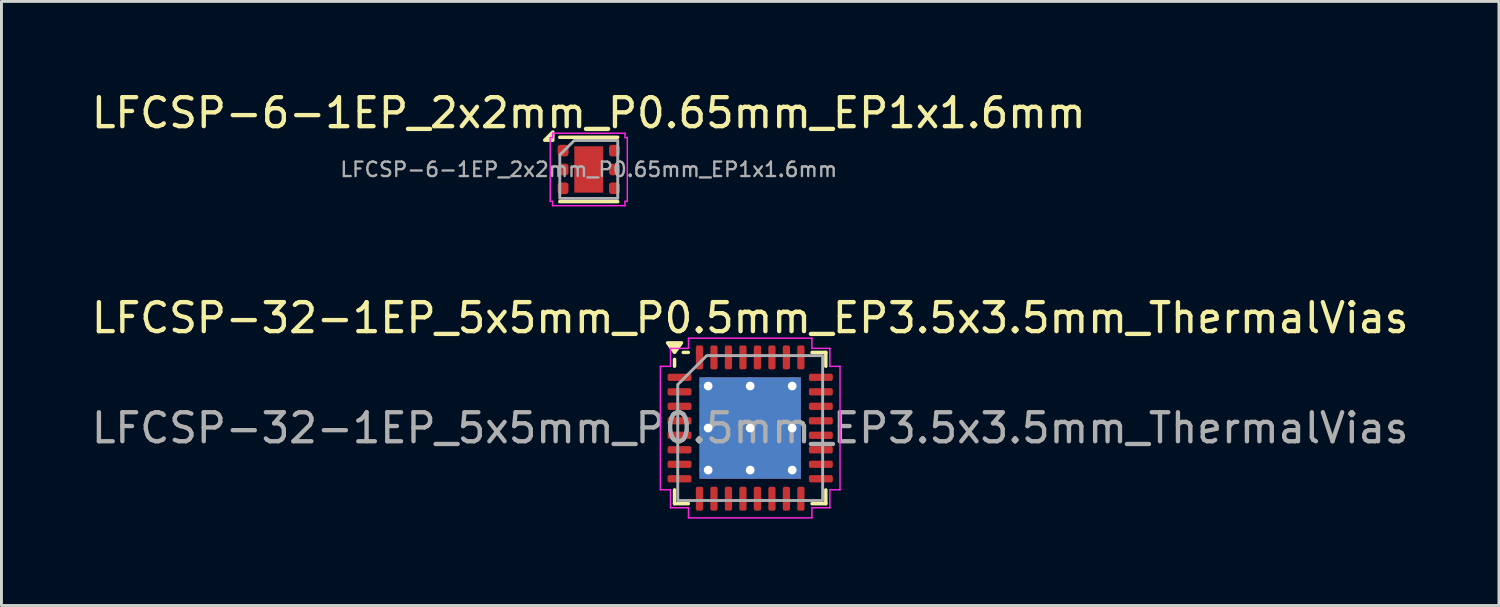
<source format=kicad_pcb>
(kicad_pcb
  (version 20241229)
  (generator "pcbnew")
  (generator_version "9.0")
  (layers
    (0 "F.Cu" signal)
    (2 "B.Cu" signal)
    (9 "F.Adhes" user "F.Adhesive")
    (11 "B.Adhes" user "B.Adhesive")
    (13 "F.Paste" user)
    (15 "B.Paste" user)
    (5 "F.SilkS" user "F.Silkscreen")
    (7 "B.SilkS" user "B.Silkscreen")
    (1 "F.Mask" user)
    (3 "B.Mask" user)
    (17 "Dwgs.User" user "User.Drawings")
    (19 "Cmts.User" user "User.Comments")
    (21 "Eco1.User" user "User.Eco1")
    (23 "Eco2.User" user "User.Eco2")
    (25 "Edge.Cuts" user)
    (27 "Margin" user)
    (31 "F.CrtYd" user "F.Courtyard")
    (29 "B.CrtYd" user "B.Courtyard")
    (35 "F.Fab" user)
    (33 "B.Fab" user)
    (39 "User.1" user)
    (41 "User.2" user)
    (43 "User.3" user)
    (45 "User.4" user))
  (footprint "LFCSP-6-1EP_2x2mm_P0.65mm_EP1x1.6mm"
    (layer "F.Cu")
    (at 17.268 2.798)
    (property "Reference" "LFCSP-6-1EP_2x2mm_P0.65mm_EP1x1.6mm" (at 0 -1.95 0) (layer "F.SilkS") (effects (font (size 1 1) (thickness 0.15))))
    (attr smd)
    (fp_line (start -1 -1.11) (end 1 -1.11) (stroke (width 0.12) (type solid)) (layer "F.SilkS"))
    (fp_line (start -1 1.11) (end 1 1.11) (stroke (width 0.12) (type solid)) (layer "F.SilkS"))
    (fp_poly (pts (xy -1.24 -1.01) (xy -1.52 -1.01) (xy -1.24 -1.29)) (stroke (width 0.12) (type solid)) (fill yes) (layer "F.SilkS"))
    (fp_line (start -1.33 -1.1) (end -1.25 -1.1) (stroke (width 0.05) (type solid)) (layer "F.CrtYd"))
    (fp_line (start -1.33 1.1) (end -1.33 -1.1) (stroke (width 0.05) (type solid)) (layer "F.CrtYd"))
    (fp_line (start -1.25 -1.25) (end 1.25 -1.25) (stroke (width 0.05) (type solid)) (layer "F.CrtYd"))
    (fp_line (start -1.25 -1.1) (end -1.25 -1.25) (stroke (width 0.05) (type solid)) (layer "F.CrtYd"))
    (fp_line (start -1.25 1.1) (end -1.33 1.1) (stroke (width 0.05) (type solid)) (layer "F.CrtYd"))
    (fp_line (start -1.25 1.25) (end -1.25 1.1) (stroke (width 0.05) (type solid)) (layer "F.CrtYd"))
    (fp_line (start 1.25 -1.25) (end 1.25 -1.1) (stroke (width 0.05) (type solid)) (layer "F.CrtYd"))
    (fp_line (start 1.25 -1.1) (end 1.33 -1.1) (stroke (width 0.05) (type solid)) (layer "F.CrtYd"))
    (fp_line (start 1.25 1.1) (end 1.25 1.25) (stroke (width 0.05) (type solid)) (layer "F.CrtYd"))
    (fp_line (start 1.25 1.25) (end -1.25 1.25) (stroke (width 0.05) (type solid)) (layer "F.CrtYd"))
    (fp_line (start 1.33 -1.1) (end 1.33 1.1) (stroke (width 0.05) (type solid)) (layer "F.CrtYd"))
    (fp_line (start 1.33 1.1) (end 1.25 1.1) (stroke (width 0.05) (type solid)) (layer "F.CrtYd"))
    (fp_poly (pts (xy -1 -0.5) (xy -1 1) (xy 1 1) (xy 1 -1) (xy -0.5 -1)) (stroke (width 0.1) (type solid)) (fill no) (layer "F.Fab"))
    (fp_text user "${REFERENCE}" (at 0 0 0) (layer "F.Fab") (effects (font (size 0.5 0.5) (thickness 0.08))))
    (pad "" smd roundrect (at -0.25 -0.4) (size 0.4 0.64) (layers "F.Paste") (roundrect_rratio 0.25))
    (pad "" smd roundrect (at -0.25 0.4) (size 0.4 0.64) (layers "F.Paste") (roundrect_rratio 0.25))
    (pad "" smd roundrect (at 0.25 -0.4) (size 0.4 0.64) (layers "F.Paste") (roundrect_rratio 0.25))
    (pad "" smd roundrect (at 0.25 0.4) (size 0.4 0.64) (layers "F.Paste") (roundrect_rratio 0.25))
    (pad "1" smd roundrect (at -0.887 -0.65) (size 0.375 0.4) (layers "F.Cu" "F.Mask" "F.Paste") (roundrect_rratio 0.25))
    (pad "2" smd roundrect (at -0.887 0) (size 0.375 0.4) (layers "F.Cu" "F.Mask" "F.Paste") (roundrect_rratio 0.25))
    (pad "3" smd roundrect (at -0.887 0.65) (size 0.375 0.4) (layers "F.Cu" "F.Mask" "F.Paste") (roundrect_rratio 0.25))
    (pad "4" smd roundrect (at 0.887 0.65) (size 0.375 0.4) (layers "F.Cu" "F.Mask" "F.Paste") (roundrect_rratio 0.25))
    (pad "5" smd roundrect (at 0.887 0) (size 0.375 0.4) (layers "F.Cu" "F.Mask" "F.Paste") (roundrect_rratio 0.25))
    (pad "6" smd roundrect (at 0.887 -0.65) (size 0.375 0.4) (layers "F.Cu" "F.Mask" "F.Paste") (roundrect_rratio 0.25))
    (pad "7" smd rect (at 0 0) (size 1 1.6) (property pad_prop_heatsink) (layers "F.Cu" "F.Mask")))
  (footprint "LFCSP-32-1EP_5x5mm_P0.5mm_EP3.5x3.5mm_ThermalVias"
    (layer "F.Cu")
    (at 22.839 11.722)
    (property "Reference" "LFCSP-32-1EP_5x5mm_P0.5mm_EP3.5x3.5mm_ThermalVias" (at 0 -3.8 0) (layer "F.SilkS") (effects (font (size 1 1) (thickness 0.15))))
    (attr smd)
    (fp_line (start -2.61 -2.135) (end -2.61 -2.37) (stroke (width 0.12) (type solid)) (layer "F.SilkS"))
    (fp_line (start -2.61 2.61) (end -2.61 2.135) (stroke (width 0.12) (type solid)) (layer "F.SilkS"))
    (fp_line (start -2.135 -2.61) (end -2.31 -2.61) (stroke (width 0.12) (type solid)) (layer "F.SilkS"))
    (fp_line (start -2.135 2.61) (end -2.61 2.61) (stroke (width 0.12) (type solid)) (layer "F.SilkS"))
    (fp_line (start 2.135 -2.61) (end 2.61 -2.61) (stroke (width 0.12) (type solid)) (layer "F.SilkS"))
    (fp_line (start 2.135 2.61) (end 2.61 2.61) (stroke (width 0.12) (type solid)) (layer "F.SilkS"))
    (fp_line (start 2.61 -2.61) (end 2.61 -2.135) (stroke (width 0.12) (type solid)) (layer "F.SilkS"))
    (fp_line (start 2.61 2.61) (end 2.61 2.135) (stroke (width 0.12) (type solid)) (layer "F.SilkS"))
    (fp_poly (pts (xy -2.61 -2.61) (xy -2.85 -2.94) (xy -2.37 -2.94)) (stroke (width 0.12) (type solid)) (fill yes) (layer "F.SilkS"))
    (fp_line (start -3.1 -2.13) (end -2.75 -2.13) (stroke (width 0.05) (type solid)) (layer "F.CrtYd"))
    (fp_line (start -3.1 2.13) (end -3.1 -2.13) (stroke (width 0.05) (type solid)) (layer "F.CrtYd"))
    (fp_line (start -2.75 -2.75) (end -2.13 -2.75) (stroke (width 0.05) (type solid)) (layer "F.CrtYd"))
    (fp_line (start -2.75 -2.13) (end -2.75 -2.75) (stroke (width 0.05) (type solid)) (layer "F.CrtYd"))
    (fp_line (start -2.75 2.13) (end -3.1 2.13) (stroke (width 0.05) (type solid)) (layer "F.CrtYd"))
    (fp_line (start -2.75 2.75) (end -2.75 2.13) (stroke (width 0.05) (type solid)) (layer "F.CrtYd"))
    (fp_line (start -2.13 -3.1) (end 2.13 -3.1) (stroke (width 0.05) (type solid)) (layer "F.CrtYd"))
    (fp_line (start -2.13 -2.75) (end -2.13 -3.1) (stroke (width 0.05) (type solid)) (layer "F.CrtYd"))
    (fp_line (start -2.13 2.75) (end -2.75 2.75) (stroke (width 0.05) (type solid)) (layer "F.CrtYd"))
    (fp_line (start -2.13 3.1) (end -2.13 2.75) (stroke (width 0.05) (type solid)) (layer "F.CrtYd"))
    (fp_line (start 2.13 -3.1) (end 2.13 -2.75) (stroke (width 0.05) (type solid)) (layer "F.CrtYd"))
    (fp_line (start 2.13 -2.75) (end 2.75 -2.75) (stroke (width 0.05) (type solid)) (layer "F.CrtYd"))
    (fp_line (start 2.13 2.75) (end 2.13 3.1) (stroke (width 0.05) (type solid)) (layer "F.CrtYd"))
    (fp_line (start 2.13 3.1) (end -2.13 3.1) (stroke (width 0.05) (type solid)) (layer "F.CrtYd"))
    (fp_line (start 2.75 -2.75) (end 2.75 -2.13) (stroke (width 0.05) (type solid)) (layer "F.CrtYd"))
    (fp_line (start 2.75 -2.13) (end 3.1 -2.13) (stroke (width 0.05) (type solid)) (layer "F.CrtYd"))
    (fp_line (start 2.75 2.13) (end 2.75 2.75) (stroke (width 0.05) (type solid)) (layer "F.CrtYd"))
    (fp_line (start 2.75 2.75) (end 2.13 2.75) (stroke (width 0.05) (type solid)) (layer "F.CrtYd"))
    (fp_line (start 3.1 -2.13) (end 3.1 2.13) (stroke (width 0.05) (type solid)) (layer "F.CrtYd"))
    (fp_line (start 3.1 2.13) (end 2.75 2.13) (stroke (width 0.05) (type solid)) (layer "F.CrtYd"))
    (fp_poly (pts (xy -2.5 -1.5) (xy -2.5 2.5) (xy 2.5 2.5) (xy 2.5 -2.5) (xy -1.5 -2.5)) (stroke (width 0.1) (type solid)) (fill no) (layer "F.Fab"))
    (fp_text user "${REFERENCE}" (at 0 0 0) (layer "F.Fab") (effects (font (size 1 1) (thickness 0.15))))
    (pad "" smd roundrect (at -0.875 -0.875) (size 1.46 1.46) (layers "F.Paste") (roundrect_rratio 0.171))
    (pad "" smd roundrect (at -0.875 0.875) (size 1.46 1.46) (layers "F.Paste") (roundrect_rratio 0.171))
    (pad "" smd roundrect (at 0.875 -0.875) (size 1.46 1.46) (layers "F.Paste") (roundrect_rratio 0.171))
    (pad "" smd roundrect (at 0.875 0.875) (size 1.46 1.46) (layers "F.Paste") (roundrect_rratio 0.171))
    (pad "1" smd roundrect (at -2.438 -1.75) (size 0.825 0.25) (layers "F.Cu" "F.Mask" "F.Paste") (roundrect_rratio 0.25))
    (pad "2" smd roundrect (at -2.438 -1.25) (size 0.825 0.25) (layers "F.Cu" "F.Mask" "F.Paste") (roundrect_rratio 0.25))
    (pad "3" smd roundrect (at -2.438 -0.75) (size 0.825 0.25) (layers "F.Cu" "F.Mask" "F.Paste") (roundrect_rratio 0.25))
    (pad "4" smd roundrect (at -2.438 -0.25) (size 0.825 0.25) (layers "F.Cu" "F.Mask" "F.Paste") (roundrect_rratio 0.25))
    (pad "5" smd roundrect (at -2.438 0.25) (size 0.825 0.25) (layers "F.Cu" "F.Mask" "F.Paste") (roundrect_rratio 0.25))
    (pad "6" smd roundrect (at -2.438 0.75) (size 0.825 0.25) (layers "F.Cu" "F.Mask" "F.Paste") (roundrect_rratio 0.25))
    (pad "7" smd roundrect (at -2.438 1.25) (size 0.825 0.25) (layers "F.Cu" "F.Mask" "F.Paste") (roundrect_rratio 0.25))
    (pad "8" smd roundrect (at -2.438 1.75) (size 0.825 0.25) (layers "F.Cu" "F.Mask" "F.Paste") (roundrect_rratio 0.25))
    (pad "9" smd roundrect (at -1.75 2.438) (size 0.25 0.825) (layers "F.Cu" "F.Mask" "F.Paste") (roundrect_rratio 0.25))
    (pad "10" smd roundrect (at -1.25 2.438) (size 0.25 0.825) (layers "F.Cu" "F.Mask" "F.Paste") (roundrect_rratio 0.25))
    (pad "11" smd roundrect (at -0.75 2.438) (size 0.25 0.825) (layers "F.Cu" "F.Mask" "F.Paste") (roundrect_rratio 0.25))
    (pad "12" smd roundrect (at -0.25 2.438) (size 0.25 0.825) (layers "F.Cu" "F.Mask" "F.Paste") (roundrect_rratio 0.25))
    (pad "13" smd roundrect (at 0.25 2.438) (size 0.25 0.825) (layers "F.Cu" "F.Mask" "F.Paste") (roundrect_rratio 0.25))
    (pad "14" smd roundrect (at 0.75 2.438) (size 0.25 0.825) (layers "F.Cu" "F.Mask" "F.Paste") (roundrect_rratio 0.25))
    (pad "15" smd roundrect (at 1.25 2.438) (size 0.25 0.825) (layers "F.Cu" "F.Mask" "F.Paste") (roundrect_rratio 0.25))
    (pad "16" smd roundrect (at 1.75 2.438) (size 0.25 0.825) (layers "F.Cu" "F.Mask" "F.Paste") (roundrect_rratio 0.25))
    (pad "17" smd roundrect (at 2.438 1.75) (size 0.825 0.25) (layers "F.Cu" "F.Mask" "F.Paste") (roundrect_rratio 0.25))
    (pad "18" smd roundrect (at 2.438 1.25) (size 0.825 0.25) (layers "F.Cu" "F.Mask" "F.Paste") (roundrect_rratio 0.25))
    (pad "19" smd roundrect (at 2.438 0.75) (size 0.825 0.25) (layers "F.Cu" "F.Mask" "F.Paste") (roundrect_rratio 0.25))
    (pad "20" smd roundrect (at 2.438 0.25) (size 0.825 0.25) (layers "F.Cu" "F.Mask" "F.Paste") (roundrect_rratio 0.25))
    (pad "21" smd roundrect (at 2.438 -0.25) (size 0.825 0.25) (layers "F.Cu" "F.Mask" "F.Paste") (roundrect_rratio 0.25))
    (pad "22" smd roundrect (at 2.438 -0.75) (size 0.825 0.25) (layers "F.Cu" "F.Mask" "F.Paste") (roundrect_rratio 0.25))
    (pad "23" smd roundrect (at 2.438 -1.25) (size 0.825 0.25) (layers "F.Cu" "F.Mask" "F.Paste") (roundrect_rratio 0.25))
    (pad "24" smd roundrect (at 2.438 -1.75) (size 0.825 0.25) (layers "F.Cu" "F.Mask" "F.Paste") (roundrect_rratio 0.25))
    (pad "25" smd roundrect (at 1.75 -2.438) (size 0.25 0.825) (layers "F.Cu" "F.Mask" "F.Paste") (roundrect_rratio 0.25))
    (pad "26" smd roundrect (at 1.25 -2.438) (size 0.25 0.825) (layers "F.Cu" "F.Mask" "F.Paste") (roundrect_rratio 0.25))
    (pad "27" smd roundrect (at 0.75 -2.438) (size 0.25 0.825) (layers "F.Cu" "F.Mask" "F.Paste") (roundrect_rratio 0.25))
    (pad "28" smd roundrect (at 0.25 -2.438) (size 0.25 0.825) (layers "F.Cu" "F.Mask" "F.Paste") (roundrect_rratio 0.25))
    (pad "29" smd roundrect (at -0.25 -2.438) (size 0.25 0.825) (layers "F.Cu" "F.Mask" "F.Paste") (roundrect_rratio 0.25))
    (pad "30" smd roundrect (at -0.75 -2.438) (size 0.25 0.825) (layers "F.Cu" "F.Mask" "F.Paste") (roundrect_rratio 0.25))
    (pad "31" smd roundrect (at -1.25 -2.438) (size 0.25 0.825) (layers "F.Cu" "F.Mask" "F.Paste") (roundrect_rratio 0.25))
    (pad "32" smd roundrect (at -1.75 -2.438) (size 0.25 0.825) (layers "F.Cu" "F.Mask" "F.Paste") (roundrect_rratio 0.25))
    (pad "33" thru_hole circle (at -1.45 -1.45) (size 0.6 0.6) (drill 0.3) (property pad_prop_heatsink) (layers "*.Cu"))
    (pad "33" thru_hole circle (at -1.45 0) (size 0.6 0.6) (drill 0.3) (property pad_prop_heatsink) (layers "*.Cu"))
    (pad "33" thru_hole circle (at -1.45 1.45) (size 0.6 0.6) (drill 0.3) (property pad_prop_heatsink) (layers "*.Cu"))
    (pad "33" thru_hole circle (at 0 -1.45) (size 0.6 0.6) (drill 0.3) (property pad_prop_heatsink) (layers "*.Cu"))
    (pad "33" thru_hole circle (at 0 0) (size 0.6 0.6) (drill 0.3) (property pad_prop_heatsink) (layers "*.Cu"))
    (pad "33" smd rect (at 0 0) (size 3.5 3.5) (property pad_prop_heatsink) (layers "F.Cu" "F.Mask"))
    (pad "33" smd rect (at 0 0) (size 3.5 3.5) (property pad_prop_heatsink) (layers "B.Cu"))
    (pad "33" thru_hole circle (at 0 1.45) (size 0.6 0.6) (drill 0.3) (property pad_prop_heatsink) (layers "*.Cu"))
    (pad "33" thru_hole circle (at 1.45 -1.45) (size 0.6 0.6) (drill 0.3) (property pad_prop_heatsink) (layers "*.Cu"))
    (pad "33" thru_hole circle (at 1.45 0) (size 0.6 0.6) (drill 0.3) (property pad_prop_heatsink) (layers "*.Cu"))
    (pad "33" thru_hole circle (at 1.45 1.45) (size 0.6 0.6) (drill 0.3) (property pad_prop_heatsink) (layers "*.Cu")))
  (gr_rect
    (start -3 -3)
    (end 48.679 17.846)
    (stroke (width 0.1) (type default))
    (fill no)
    (layer "Edge.Cuts")))
</source>
